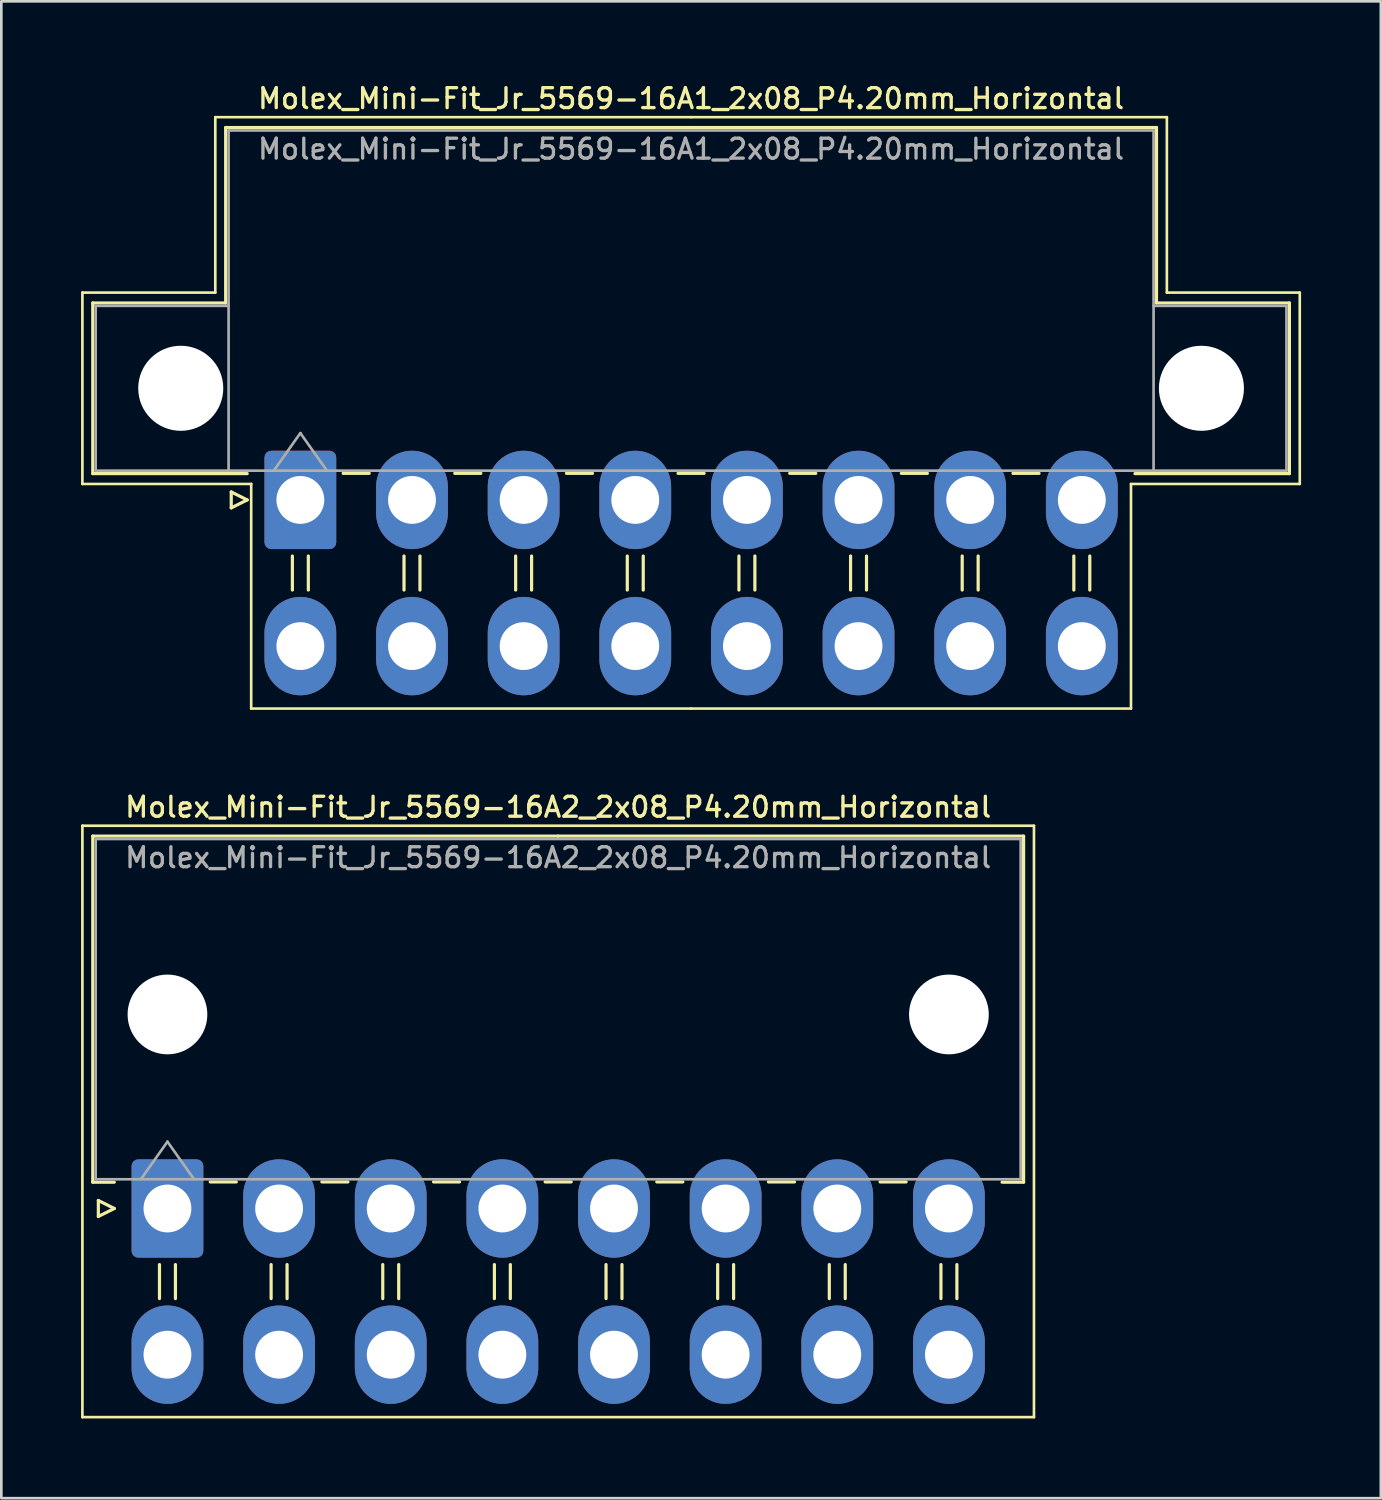
<source format=kicad_pcb>
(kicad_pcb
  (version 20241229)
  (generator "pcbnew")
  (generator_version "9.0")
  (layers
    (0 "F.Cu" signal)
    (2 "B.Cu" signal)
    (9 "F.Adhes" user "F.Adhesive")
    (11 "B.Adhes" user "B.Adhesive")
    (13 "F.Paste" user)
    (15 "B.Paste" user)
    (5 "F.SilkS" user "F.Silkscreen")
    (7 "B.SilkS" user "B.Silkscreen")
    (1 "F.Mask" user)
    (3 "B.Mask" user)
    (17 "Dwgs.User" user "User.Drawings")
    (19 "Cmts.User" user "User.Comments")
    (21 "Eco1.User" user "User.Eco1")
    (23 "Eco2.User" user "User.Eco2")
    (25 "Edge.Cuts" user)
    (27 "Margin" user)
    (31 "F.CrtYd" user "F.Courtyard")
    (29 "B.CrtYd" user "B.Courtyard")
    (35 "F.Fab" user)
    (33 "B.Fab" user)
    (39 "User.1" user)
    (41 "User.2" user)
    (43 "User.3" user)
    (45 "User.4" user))
  (footprint "Molex_Mini-Fit_Jr_5569-16A1_2x08_P4.20mm_Horizontal"
    (layer "F.Cu")
    (at 8.25 15.758)
    (property "Reference" "Molex_Mini-Fit_Jr_5569-16A1_2x08_P4.20mm_Horizontal" (at 14.7 -15.1 0) (layer "F.SilkS") (effects (font (size 0.75 0.75) (thickness 0.125))))
    (attr through_hole)
    (fp_line (start -8.2 -7.8) (end -8.2 -0.6) (stroke (width 0.1) (type solid)) (layer "F.SilkS"))
    (fp_line (start -8.2 -0.6) (end -1.85 -0.6) (stroke (width 0.1) (type solid)) (layer "F.SilkS"))
    (fp_line (start -7.81 -7.41) (end -7.81 -0.99) (stroke (width 0.12) (type solid)) (layer "F.SilkS"))
    (fp_line (start -7.81 -0.99) (end -2 -0.99) (stroke (width 0.12) (type solid)) (layer "F.SilkS"))
    (fp_line (start -3.2 -14.4) (end -3.2 -7.8) (stroke (width 0.1) (type solid)) (layer "F.SilkS"))
    (fp_line (start -3.2 -7.8) (end -8.2 -7.8) (stroke (width 0.1) (type solid)) (layer "F.SilkS"))
    (fp_line (start -2.81 -14.01) (end -2.81 -7.41) (stroke (width 0.12) (type solid)) (layer "F.SilkS"))
    (fp_line (start -2.81 -7.41) (end -7.81 -7.41) (stroke (width 0.12) (type solid)) (layer "F.SilkS"))
    (fp_line (start -2.6 -0.3) (end -2 0) (stroke (width 0.12) (type solid)) (layer "F.SilkS"))
    (fp_line (start -2.6 0.3) (end -2.6 -0.3) (stroke (width 0.12) (type solid)) (layer "F.SilkS"))
    (fp_line (start -2 0) (end -2.6 0.3) (stroke (width 0.12) (type solid)) (layer "F.SilkS"))
    (fp_line (start -1.85 -0.6) (end -1.85 7.85) (stroke (width 0.1) (type solid)) (layer "F.SilkS"))
    (fp_line (start -1.85 7.85) (end 14.7 7.85) (stroke (width 0.1) (type solid)) (layer "F.SilkS"))
    (fp_line (start -0.3 2.11) (end -0.3 3.39) (stroke (width 0.12) (type solid)) (layer "F.SilkS"))
    (fp_line (start 0.3 2.11) (end 0.3 3.39) (stroke (width 0.12) (type solid)) (layer "F.SilkS"))
    (fp_line (start 1.61 -1) (end 2.59 -1) (stroke (width 0.12) (type solid)) (layer "F.SilkS"))
    (fp_line (start 3.9 2.11) (end 3.9 3.39) (stroke (width 0.12) (type solid)) (layer "F.SilkS"))
    (fp_line (start 4.5 2.11) (end 4.5 3.39) (stroke (width 0.12) (type solid)) (layer "F.SilkS"))
    (fp_line (start 5.81 -1) (end 6.79 -1) (stroke (width 0.12) (type solid)) (layer "F.SilkS"))
    (fp_line (start 8.1 2.11) (end 8.1 3.39) (stroke (width 0.12) (type solid)) (layer "F.SilkS"))
    (fp_line (start 8.7 2.11) (end 8.7 3.39) (stroke (width 0.12) (type solid)) (layer "F.SilkS"))
    (fp_line (start 10.01 -1) (end 10.99 -1) (stroke (width 0.12) (type solid)) (layer "F.SilkS"))
    (fp_line (start 12.3 2.11) (end 12.3 3.39) (stroke (width 0.12) (type solid)) (layer "F.SilkS"))
    (fp_line (start 12.9 2.11) (end 12.9 3.39) (stroke (width 0.12) (type solid)) (layer "F.SilkS"))
    (fp_line (start 14.21 -1) (end 15.19 -1) (stroke (width 0.12) (type solid)) (layer "F.SilkS"))
    (fp_line (start 14.7 -14.4) (end -3.2 -14.4) (stroke (width 0.1) (type solid)) (layer "F.SilkS"))
    (fp_line (start 14.7 -14.4) (end 32.6 -14.4) (stroke (width 0.1) (type solid)) (layer "F.SilkS"))
    (fp_line (start 14.7 -14.01) (end -2.81 -14.01) (stroke (width 0.12) (type solid)) (layer "F.SilkS"))
    (fp_line (start 14.7 -14.01) (end 32.21 -14.01) (stroke (width 0.12) (type solid)) (layer "F.SilkS"))
    (fp_line (start 16.5 2.11) (end 16.5 3.39) (stroke (width 0.12) (type solid)) (layer "F.SilkS"))
    (fp_line (start 17.1 2.11) (end 17.1 3.39) (stroke (width 0.12) (type solid)) (layer "F.SilkS"))
    (fp_line (start 18.41 -1) (end 19.39 -1) (stroke (width 0.12) (type solid)) (layer "F.SilkS"))
    (fp_line (start 20.7 2.11) (end 20.7 3.39) (stroke (width 0.12) (type solid)) (layer "F.SilkS"))
    (fp_line (start 21.3 2.11) (end 21.3 3.39) (stroke (width 0.12) (type solid)) (layer "F.SilkS"))
    (fp_line (start 22.61 -1) (end 23.59 -1) (stroke (width 0.12) (type solid)) (layer "F.SilkS"))
    (fp_line (start 24.9 2.11) (end 24.9 3.39) (stroke (width 0.12) (type solid)) (layer "F.SilkS"))
    (fp_line (start 25.5 2.11) (end 25.5 3.39) (stroke (width 0.12) (type solid)) (layer "F.SilkS"))
    (fp_line (start 26.81 -1) (end 27.79 -1) (stroke (width 0.12) (type solid)) (layer "F.SilkS"))
    (fp_line (start 29.1 2.11) (end 29.1 3.39) (stroke (width 0.12) (type solid)) (layer "F.SilkS"))
    (fp_line (start 29.7 2.11) (end 29.7 3.39) (stroke (width 0.12) (type solid)) (layer "F.SilkS"))
    (fp_line (start 31.25 -0.6) (end 31.25 7.85) (stroke (width 0.1) (type solid)) (layer "F.SilkS"))
    (fp_line (start 31.25 7.85) (end 14.7 7.85) (stroke (width 0.1) (type solid)) (layer "F.SilkS"))
    (fp_line (start 32.21 -14.01) (end 32.21 -7.41) (stroke (width 0.12) (type solid)) (layer "F.SilkS"))
    (fp_line (start 32.21 -7.41) (end 37.21 -7.41) (stroke (width 0.12) (type solid)) (layer "F.SilkS"))
    (fp_line (start 32.6 -14.4) (end 32.6 -7.8) (stroke (width 0.1) (type solid)) (layer "F.SilkS"))
    (fp_line (start 32.6 -7.8) (end 37.6 -7.8) (stroke (width 0.1) (type solid)) (layer "F.SilkS"))
    (fp_line (start 37.21 -7.41) (end 37.21 -0.99) (stroke (width 0.12) (type solid)) (layer "F.SilkS"))
    (fp_line (start 37.21 -0.99) (end 31.4 -0.99) (stroke (width 0.12) (type solid)) (layer "F.SilkS"))
    (fp_line (start 37.6 -7.8) (end 37.6 -0.6) (stroke (width 0.1) (type solid)) (layer "F.SilkS"))
    (fp_line (start 37.6 -0.6) (end 31.25 -0.6) (stroke (width 0.1) (type solid)) (layer "F.SilkS"))
    (fp_line (start -7.7 -7.3) (end -7.7 -1.1) (stroke (width 0.1) (type solid)) (layer "F.Fab"))
    (fp_line (start -7.7 -1.1) (end -2.7 -1.1) (stroke (width 0.1) (type solid)) (layer "F.Fab"))
    (fp_line (start -2.7 -13.9) (end -2.7 -1.1) (stroke (width 0.1) (type solid)) (layer "F.Fab"))
    (fp_line (start -2.7 -7.3) (end -7.7 -7.3) (stroke (width 0.1) (type solid)) (layer "F.Fab"))
    (fp_line (start -2.7 -1.1) (end 32.1 -1.1) (stroke (width 0.1) (type solid)) (layer "F.Fab"))
    (fp_line (start -1 -1.1) (end 0 -2.514) (stroke (width 0.1) (type solid)) (layer "F.Fab"))
    (fp_line (start 0 -2.514) (end 1 -1.1) (stroke (width 0.1) (type solid)) (layer "F.Fab"))
    (fp_line (start 32.1 -13.9) (end -2.7 -13.9) (stroke (width 0.1) (type solid)) (layer "F.Fab"))
    (fp_line (start 32.1 -7.3) (end 37.1 -7.3) (stroke (width 0.1) (type solid)) (layer "F.Fab"))
    (fp_line (start 32.1 -1.1) (end 32.1 -13.9) (stroke (width 0.1) (type solid)) (layer "F.Fab"))
    (fp_line (start 37.1 -7.3) (end 37.1 -1.1) (stroke (width 0.1) (type solid)) (layer "F.Fab"))
    (fp_line (start 37.1 -1.1) (end 32.1 -1.1) (stroke (width 0.1) (type solid)) (layer "F.Fab"))
    (fp_text user "${REFERENCE}" (at 14.7 -13.2 0) (layer "F.Fab") (effects (font (size 0.75 0.75) (thickness 0.125))))
    (pad "" np_thru_hole circle (at -4.5 -4.2) (size 3.2 3.2) (drill 3.2) (layers "*.Cu" "*.Mask"))
    (pad "" np_thru_hole circle (at 33.9 -4.2) (size 3.2 3.2) (drill 3.2) (layers "*.Cu" "*.Mask"))
    (pad "1" thru_hole roundrect (at 0 0) (size 2.7 3.7) (drill 1.8) (layers "*.Cu" "*.Mask") (roundrect_rratio 0.093))
    (pad "2" thru_hole oval (at 4.2 0) (size 2.7 3.7) (drill 1.8) (layers "*.Cu" "*.Mask"))
    (pad "3" thru_hole oval (at 8.4 0) (size 2.7 3.7) (drill 1.8) (layers "*.Cu" "*.Mask"))
    (pad "4" thru_hole oval (at 12.6 0) (size 2.7 3.7) (drill 1.8) (layers "*.Cu" "*.Mask"))
    (pad "5" thru_hole oval (at 16.8 0) (size 2.7 3.7) (drill 1.8) (layers "*.Cu" "*.Mask"))
    (pad "6" thru_hole oval (at 21 0) (size 2.7 3.7) (drill 1.8) (layers "*.Cu" "*.Mask"))
    (pad "7" thru_hole oval (at 25.2 0) (size 2.7 3.7) (drill 1.8) (layers "*.Cu" "*.Mask"))
    (pad "8" thru_hole oval (at 29.4 0) (size 2.7 3.7) (drill 1.8) (layers "*.Cu" "*.Mask"))
    (pad "9" thru_hole oval (at 0 5.5) (size 2.7 3.7) (drill 1.8) (layers "*.Cu" "*.Mask"))
    (pad "10" thru_hole oval (at 4.2 5.5) (size 2.7 3.7) (drill 1.8) (layers "*.Cu" "*.Mask"))
    (pad "11" thru_hole oval (at 8.4 5.5) (size 2.7 3.7) (drill 1.8) (layers "*.Cu" "*.Mask"))
    (pad "12" thru_hole oval (at 12.6 5.5) (size 2.7 3.7) (drill 1.8) (layers "*.Cu" "*.Mask"))
    (pad "13" thru_hole oval (at 16.8 5.5) (size 2.7 3.7) (drill 1.8) (layers "*.Cu" "*.Mask"))
    (pad "14" thru_hole oval (at 21 5.5) (size 2.7 3.7) (drill 1.8) (layers "*.Cu" "*.Mask"))
    (pad "15" thru_hole oval (at 25.2 5.5) (size 2.7 3.7) (drill 1.8) (layers "*.Cu" "*.Mask"))
    (pad "16" thru_hole oval (at 29.4 5.5) (size 2.7 3.7) (drill 1.8) (layers "*.Cu" "*.Mask")))
  (footprint "Molex_Mini-Fit_Jr_5569-16A2_2x08_P4.20mm_Horizontal"
    (layer "F.Cu")
    (at 3.25 42.416)
    (property "Reference" "Molex_Mini-Fit_Jr_5569-16A2_2x08_P4.20mm_Horizontal" (at 14.7 -15.1 0) (layer "F.SilkS") (effects (font (size 0.75 0.75) (thickness 0.125))))
    (attr through_hole)
    (fp_line (start -3.2 -14.4) (end -3.2 7.85) (stroke (width 0.1) (type solid)) (layer "F.SilkS"))
    (fp_line (start -3.2 7.85) (end 32.6 7.85) (stroke (width 0.1) (type solid)) (layer "F.SilkS"))
    (fp_line (start -2.81 -14.01) (end 14.7 -14.01) (stroke (width 0.12) (type solid)) (layer "F.SilkS"))
    (fp_line (start -2.81 -0.99) (end -2.81 -14.01) (stroke (width 0.12) (type solid)) (layer "F.SilkS"))
    (fp_line (start -2.6 -0.3) (end -2 0) (stroke (width 0.12) (type solid)) (layer "F.SilkS"))
    (fp_line (start -2.6 0.3) (end -2.6 -0.3) (stroke (width 0.12) (type solid)) (layer "F.SilkS"))
    (fp_line (start -2 -0.99) (end -2.81 -0.99) (stroke (width 0.12) (type solid)) (layer "F.SilkS"))
    (fp_line (start -2 0) (end -2.6 0.3) (stroke (width 0.12) (type solid)) (layer "F.SilkS"))
    (fp_line (start -0.3 2.11) (end -0.3 3.39) (stroke (width 0.12) (type solid)) (layer "F.SilkS"))
    (fp_line (start 0.3 2.11) (end 0.3 3.39) (stroke (width 0.12) (type solid)) (layer "F.SilkS"))
    (fp_line (start 1.61 -1) (end 2.59 -1) (stroke (width 0.12) (type solid)) (layer "F.SilkS"))
    (fp_line (start 3.9 2.11) (end 3.9 3.39) (stroke (width 0.12) (type solid)) (layer "F.SilkS"))
    (fp_line (start 4.5 2.11) (end 4.5 3.39) (stroke (width 0.12) (type solid)) (layer "F.SilkS"))
    (fp_line (start 5.81 -1) (end 6.79 -1) (stroke (width 0.12) (type solid)) (layer "F.SilkS"))
    (fp_line (start 8.1 2.11) (end 8.1 3.39) (stroke (width 0.12) (type solid)) (layer "F.SilkS"))
    (fp_line (start 8.7 2.11) (end 8.7 3.39) (stroke (width 0.12) (type solid)) (layer "F.SilkS"))
    (fp_line (start 10.01 -1) (end 10.99 -1) (stroke (width 0.12) (type solid)) (layer "F.SilkS"))
    (fp_line (start 12.3 2.11) (end 12.3 3.39) (stroke (width 0.12) (type solid)) (layer "F.SilkS"))
    (fp_line (start 12.9 2.11) (end 12.9 3.39) (stroke (width 0.12) (type solid)) (layer "F.SilkS"))
    (fp_line (start 14.21 -1) (end 15.19 -1) (stroke (width 0.12) (type solid)) (layer "F.SilkS"))
    (fp_line (start 16.5 2.11) (end 16.5 3.39) (stroke (width 0.12) (type solid)) (layer "F.SilkS"))
    (fp_line (start 17.1 2.11) (end 17.1 3.39) (stroke (width 0.12) (type solid)) (layer "F.SilkS"))
    (fp_line (start 18.41 -1) (end 19.39 -1) (stroke (width 0.12) (type solid)) (layer "F.SilkS"))
    (fp_line (start 20.7 2.11) (end 20.7 3.39) (stroke (width 0.12) (type solid)) (layer "F.SilkS"))
    (fp_line (start 21.3 2.11) (end 21.3 3.39) (stroke (width 0.12) (type solid)) (layer "F.SilkS"))
    (fp_line (start 22.61 -1) (end 23.59 -1) (stroke (width 0.12) (type solid)) (layer "F.SilkS"))
    (fp_line (start 24.9 2.11) (end 24.9 3.39) (stroke (width 0.12) (type solid)) (layer "F.SilkS"))
    (fp_line (start 25.5 2.11) (end 25.5 3.39) (stroke (width 0.12) (type solid)) (layer "F.SilkS"))
    (fp_line (start 26.81 -1) (end 27.79 -1) (stroke (width 0.12) (type solid)) (layer "F.SilkS"))
    (fp_line (start 29.1 2.11) (end 29.1 3.39) (stroke (width 0.12) (type solid)) (layer "F.SilkS"))
    (fp_line (start 29.7 2.11) (end 29.7 3.39) (stroke (width 0.12) (type solid)) (layer "F.SilkS"))
    (fp_line (start 31.4 -0.99) (end 32.21 -0.99) (stroke (width 0.12) (type solid)) (layer "F.SilkS"))
    (fp_line (start 32.21 -14.01) (end 14.7 -14.01) (stroke (width 0.12) (type solid)) (layer "F.SilkS"))
    (fp_line (start 32.21 -0.99) (end 32.21 -14.01) (stroke (width 0.12) (type solid)) (layer "F.SilkS"))
    (fp_line (start 32.6 -14.4) (end -3.2 -14.4) (stroke (width 0.1) (type solid)) (layer "F.SilkS"))
    (fp_line (start 32.6 7.85) (end 32.6 -14.4) (stroke (width 0.1) (type solid)) (layer "F.SilkS"))
    (fp_line (start -2.7 -13.9) (end -2.7 -1.1) (stroke (width 0.1) (type solid)) (layer "F.Fab"))
    (fp_line (start -2.7 -1.1) (end 32.1 -1.1) (stroke (width 0.1) (type solid)) (layer "F.Fab"))
    (fp_line (start -1 -1.1) (end 0 -2.514) (stroke (width 0.1) (type solid)) (layer "F.Fab"))
    (fp_line (start 0 -2.514) (end 1 -1.1) (stroke (width 0.1) (type solid)) (layer "F.Fab"))
    (fp_line (start 32.1 -13.9) (end -2.7 -13.9) (stroke (width 0.1) (type solid)) (layer "F.Fab"))
    (fp_line (start 32.1 -1.1) (end 32.1 -13.9) (stroke (width 0.1) (type solid)) (layer "F.Fab"))
    (fp_text user "${REFERENCE}" (at 14.7 -13.2 0) (layer "F.Fab") (effects (font (size 0.75 0.75) (thickness 0.125))))
    (pad "" np_thru_hole circle (at 0 -7.3) (size 3 3) (drill 3) (layers "*.Cu" "*.Mask"))
    (pad "" np_thru_hole circle (at 29.4 -7.3) (size 3 3) (drill 3) (layers "*.Cu" "*.Mask"))
    (pad "1" thru_hole roundrect (at 0 0) (size 2.7 3.7) (drill 1.8) (layers "*.Cu" "*.Mask") (roundrect_rratio 0.093))
    (pad "2" thru_hole oval (at 4.2 0) (size 2.7 3.7) (drill 1.8) (layers "*.Cu" "*.Mask"))
    (pad "3" thru_hole oval (at 8.4 0) (size 2.7 3.7) (drill 1.8) (layers "*.Cu" "*.Mask"))
    (pad "4" thru_hole oval (at 12.6 0) (size 2.7 3.7) (drill 1.8) (layers "*.Cu" "*.Mask"))
    (pad "5" thru_hole oval (at 16.8 0) (size 2.7 3.7) (drill 1.8) (layers "*.Cu" "*.Mask"))
    (pad "6" thru_hole oval (at 21 0) (size 2.7 3.7) (drill 1.8) (layers "*.Cu" "*.Mask"))
    (pad "7" thru_hole oval (at 25.2 0) (size 2.7 3.7) (drill 1.8) (layers "*.Cu" "*.Mask"))
    (pad "8" thru_hole oval (at 29.4 0) (size 2.7 3.7) (drill 1.8) (layers "*.Cu" "*.Mask"))
    (pad "9" thru_hole oval (at 0 5.5) (size 2.7 3.7) (drill 1.8) (layers "*.Cu" "*.Mask"))
    (pad "10" thru_hole oval (at 4.2 5.5) (size 2.7 3.7) (drill 1.8) (layers "*.Cu" "*.Mask"))
    (pad "11" thru_hole oval (at 8.4 5.5) (size 2.7 3.7) (drill 1.8) (layers "*.Cu" "*.Mask"))
    (pad "12" thru_hole oval (at 12.6 5.5) (size 2.7 3.7) (drill 1.8) (layers "*.Cu" "*.Mask"))
    (pad "13" thru_hole oval (at 16.8 5.5) (size 2.7 3.7) (drill 1.8) (layers "*.Cu" "*.Mask"))
    (pad "14" thru_hole oval (at 21 5.5) (size 2.7 3.7) (drill 1.8) (layers "*.Cu" "*.Mask"))
    (pad "15" thru_hole oval (at 25.2 5.5) (size 2.7 3.7) (drill 1.8) (layers "*.Cu" "*.Mask"))
    (pad "16" thru_hole oval (at 29.4 5.5) (size 2.7 3.7) (drill 1.8) (layers "*.Cu" "*.Mask")))
  (gr_rect
    (start -3 -3)
    (end 48.9 53.316)
    (stroke (width 0.1) (type default))
    (fill no)
    (layer "Edge.Cuts")))
</source>
